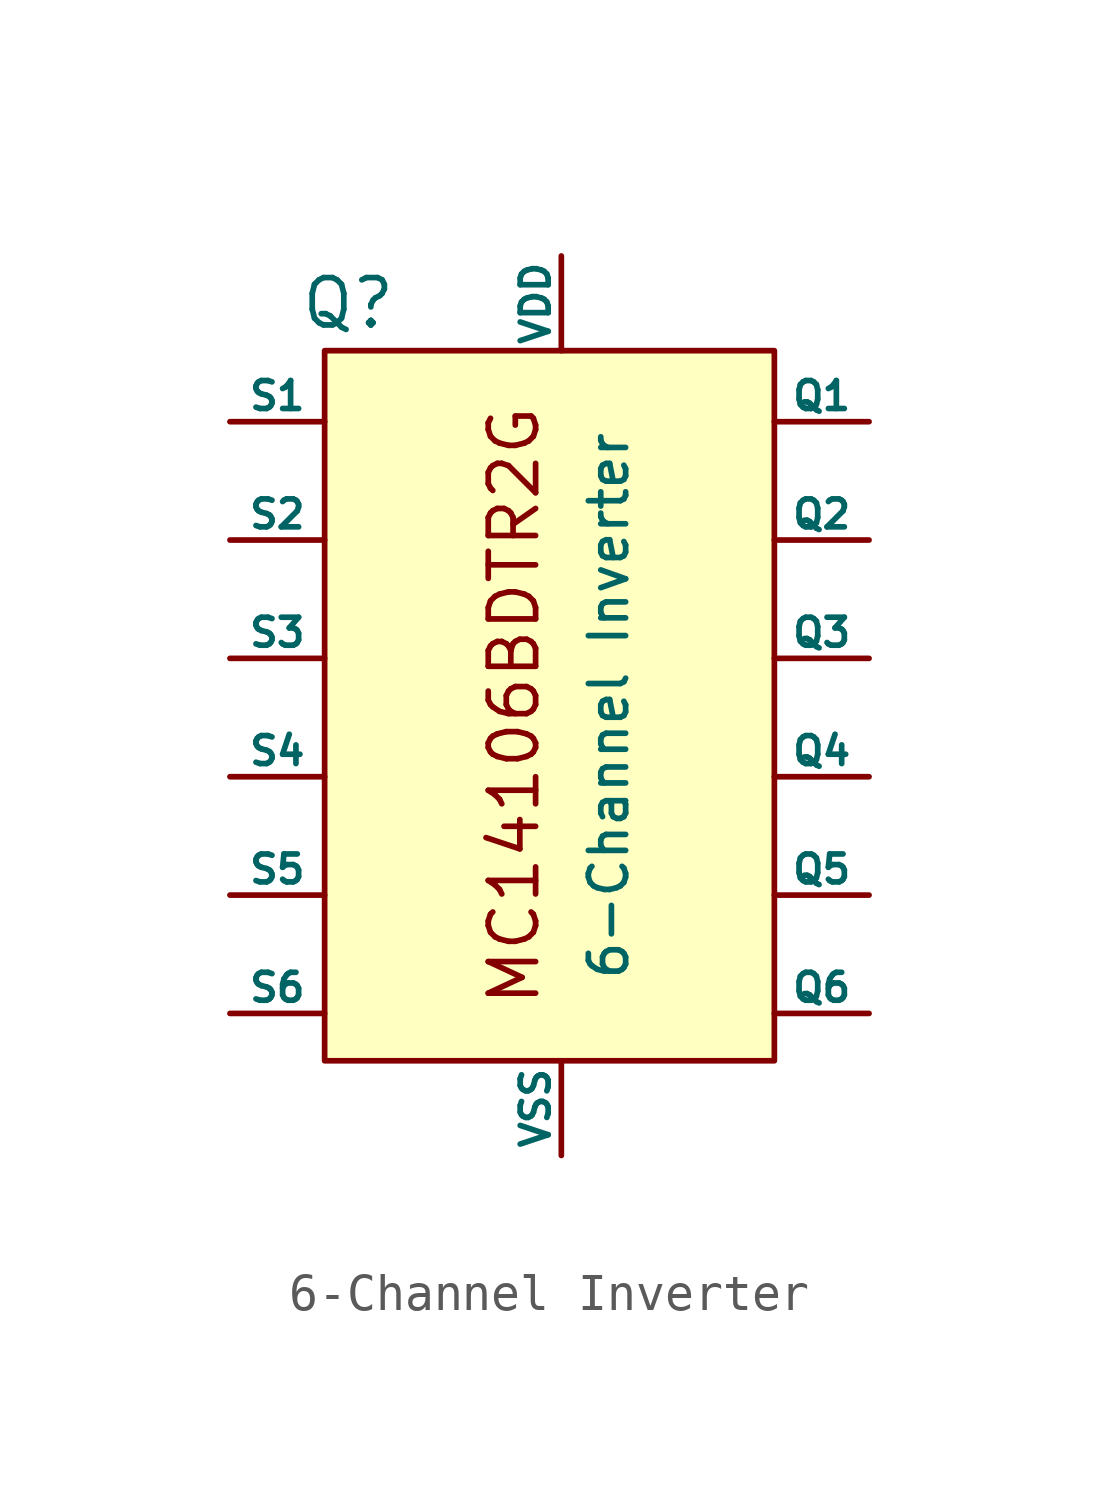
<source format=kicad_sym>
(kicad_symbol_lib
  (version 20211014)
  (generator kicad_symbol_editor)
  (symbol "6-Channel Inverter"
    (pin_numbers hide)
    (pin_names
      (offset 0))
    (property "Reference" "Q"
      (at -5.715 7.62 0)
      (effects (font (size 1.27 1.27))))
    (property "Value" "6-Channel Inverter"
      (at 1.27 -3.175 90)
      (effects (font (size 1 1))))
    (symbol "6-Channel Inverter_0_0"
      (text "MC14106BDTR2G" (at -1.27 -3.175 900) (effects (font (size 1.27 1.27)))))
    (symbol "6-Channel Inverter_0_1"
      (rectangle (start -6.35 6.35) (end 5.715 -12.7) (stroke (width 0) (type default) (color 0 0 0 0)) (fill (type background))))
    (symbol "6-Channel Inverter_1_1"
      (pin input line (at -8.89 4.445 0) (length 2.54) (name "S1" (effects (font (size 0.75 0.75)))) (number "1" (effects (font (size 1.27 1.27)))))
      (pin output line (at 8.255 -8.255 180) (length 2.54) (name "Q5" (effects (font (size 0.75 0.75)))) (number "10" (effects (font (size 1.27 1.27)))))
      (pin input line (at -8.89 -8.255 0) (length 2.54) (name "S5" (effects (font (size 0.75 0.75)))) (number "11" (effects (font (size 1.27 1.27)))))
      (pin output line (at 8.255 -11.43 180) (length 2.54) (name "Q6" (effects (font (size 0.75 0.75)))) (number "12" (effects (font (size 1.27 1.27)))))
      (pin input line (at -8.89 -11.43 0) (length 2.54) (name "S6" (effects (font (size 0.75 0.75)))) (number "13" (effects (font (size 1.27 1.27)))))
      (pin input line (at 0 8.89 270) (length 2.54) (name "VDD" (effects (font (size 0.75 0.75)))) (number "14" (effects (font (size 1.27 1.27)))))
      (pin output line (at 8.255 4.445 180) (length 2.54) (name "Q1" (effects (font (size 0.75 0.75)))) (number "2" (effects (font (size 1.27 1.27)))))
      (pin input line (at -8.89 1.27 0) (length 2.54) (name "S2" (effects (font (size 0.75 0.75)))) (number "3" (effects (font (size 1.27 1.27)))))
      (pin output line (at 8.255 1.27 180) (length 2.54) (name "Q2" (effects (font (size 0.75 0.75)))) (number "4" (effects (font (size 1.27 1.27)))))
      (pin input line (at -8.89 -1.905 0) (length 2.54) (name "S3" (effects (font (size 0.75 0.75)))) (number "5" (effects (font (size 1.27 1.27)))))
      (pin output line (at 8.255 -1.905 180) (length 2.54) (name "Q3" (effects (font (size 0.75 0.75)))) (number "6" (effects (font (size 1.27 1.27)))))
      (pin input line (at 0 -15.24 90) (length 2.54) (name "VSS" (effects (font (size 0.75 0.75)))) (number "7" (effects (font (size 1.27 1.27)))))
      (pin output line (at 8.255 -5.08 180) (length 2.54) (name "Q4" (effects (font (size 0.75 0.75)))) (number "8" (effects (font (size 1.27 1.27)))))
      (pin input line (at -8.89 -5.08 0) (length 2.54) (name "S4" (effects (font (size 0.75 0.75)))) (number "9" (effects (font (size 1.27 1.27))))))))
</source>
